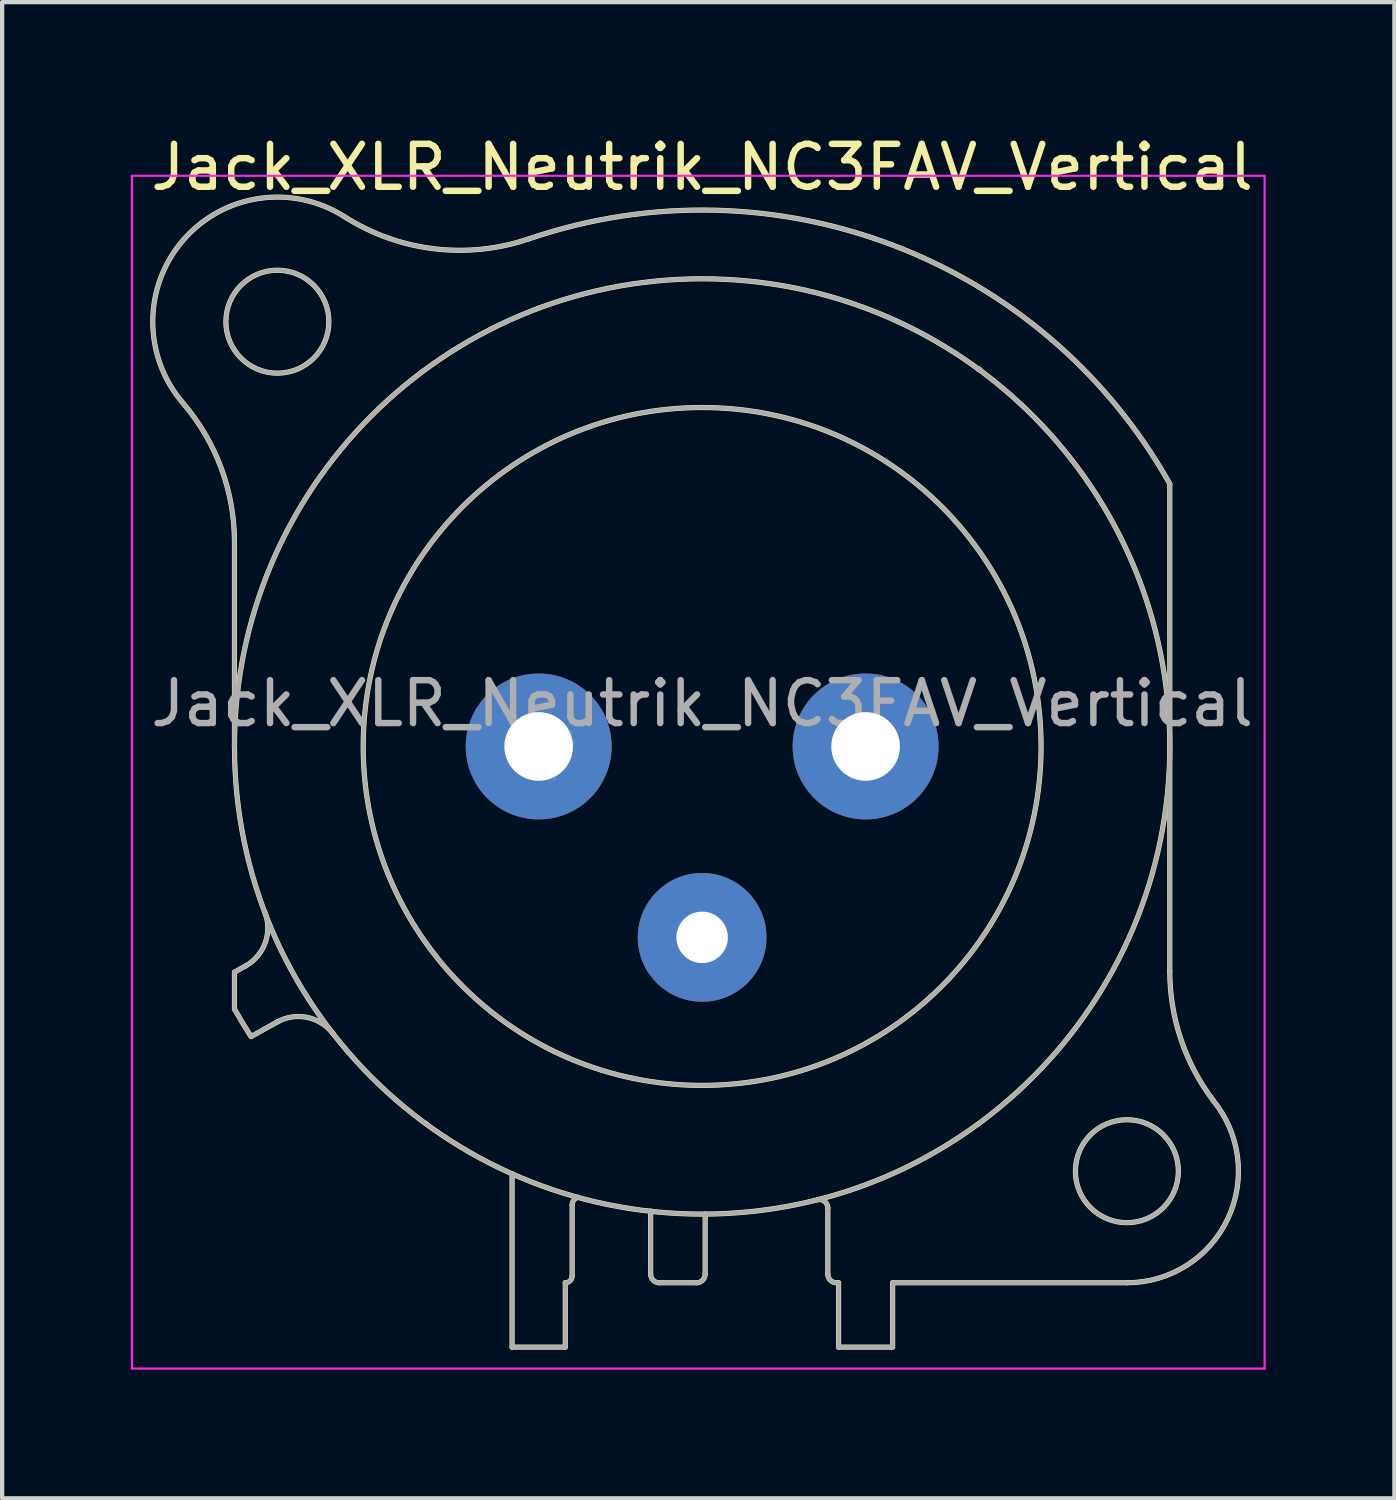
<source format=kicad_pcb>
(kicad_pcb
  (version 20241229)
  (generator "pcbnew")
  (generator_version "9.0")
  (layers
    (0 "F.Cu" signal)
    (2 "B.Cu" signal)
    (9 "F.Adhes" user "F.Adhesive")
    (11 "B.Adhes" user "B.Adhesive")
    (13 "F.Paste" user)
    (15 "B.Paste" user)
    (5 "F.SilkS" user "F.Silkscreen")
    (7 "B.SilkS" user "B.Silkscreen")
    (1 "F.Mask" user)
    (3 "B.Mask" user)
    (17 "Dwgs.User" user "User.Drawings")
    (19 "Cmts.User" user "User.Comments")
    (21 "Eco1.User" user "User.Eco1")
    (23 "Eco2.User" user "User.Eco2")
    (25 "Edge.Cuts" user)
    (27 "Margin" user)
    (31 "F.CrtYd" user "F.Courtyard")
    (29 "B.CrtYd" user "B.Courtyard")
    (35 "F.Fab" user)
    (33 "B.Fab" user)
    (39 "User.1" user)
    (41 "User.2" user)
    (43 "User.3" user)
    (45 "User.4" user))
  (footprint "Jack_XLR_Neutrik_NC3FAV_Vertical"
    (layer "F.Cu")
    (at 17.125 14.348)
    (property "Reference" "Jack_XLR_Neutrik_NC3FAV_Vertical" (at -3.81 -13.5 0) (layer "F.SilkS") (effects (font (size 1 1) (thickness 0.15))))
    (attr through_hole)
    (fp_line (start -14.71 0) (end -14.71 -4.76) (stroke (width 0.12) (type solid)) (layer "F.SilkS"))
    (fp_line (start -14.71 5.26) (end -14.71 6.12) (stroke (width 0.12) (type solid)) (layer "F.SilkS"))
    (fp_line (start -14.44 5.11) (end -14.71 5.26) (stroke (width 0.12) (type solid)) (layer "F.SilkS"))
    (fp_line (start -14.32 6.76) (end -13.71 6.42) (stroke (width 0.12) (type solid)) (layer "F.SilkS"))
    (fp_line (start -8.24 9.96) (end -8.24 14) (stroke (width 0.12) (type solid)) (layer "F.SilkS"))
    (fp_line (start -7 12.5) (end -7 14) (stroke (width 0.12) (type solid)) (layer "F.SilkS"))
    (fp_line (start -7 14) (end -8.24 14) (stroke (width 0.12) (type solid)) (layer "F.SilkS"))
    (fp_line (start -6.84 12.34) (end -6.84 10.69) (stroke (width 0.12) (type solid)) (layer "F.SilkS"))
    (fp_line (start -5.01 10.83) (end -5.01 12.3) (stroke (width 0.12) (type solid)) (layer "F.SilkS"))
    (fp_line (start -3.94 12.5) (end -4.81 12.5) (stroke (width 0.12) (type solid)) (layer "F.SilkS"))
    (fp_line (start -3.74 10.9) (end -3.74 12.3) (stroke (width 0.12) (type solid)) (layer "F.SilkS"))
    (fp_line (start -0.88 12.3) (end -0.88 10.76) (stroke (width 0.12) (type solid)) (layer "F.SilkS"))
    (fp_line (start -0.63 12.5) (end -0.68 12.5) (stroke (width 0.12) (type solid)) (layer "F.SilkS"))
    (fp_line (start -0.63 12.5) (end -0.63 14) (stroke (width 0.12) (type solid)) (layer "F.SilkS"))
    (fp_line (start 0.62 14) (end -0.63 14) (stroke (width 0.12) (type solid)) (layer "F.SilkS"))
    (fp_line (start 0.63 12.5) (end 6.09 12.5) (stroke (width 0.12) (type solid)) (layer "F.SilkS"))
    (fp_line (start 0.63 14) (end 0.63 12.5) (stroke (width 0.12) (type solid)) (layer "F.SilkS"))
    (fp_line (start 7.09 5.24) (end 7.09 -6.12) (stroke (width 0.12) (type solid)) (layer "F.SilkS"))
    (fp_arc (start -15.908829 -8.000856) (mid -15.019313 -6.48774) (end -14.71 -4.76) (stroke (width 0.12) (type solid)) (layer "F.SilkS"))
    (fp_arc (start -15.908236 -8.001617) (mid -15.907486 -11.799251) (end -12.15 -12.35) (stroke (width 0.12) (type solid)) (layer "F.SilkS"))
    (fp_arc (start -14.32314 6.763008) (mid -14.521396 6.444407) (end -14.71 6.12) (stroke (width 0.12) (type solid)) (layer "F.SilkS"))
    (fp_arc (start -14.004283 3.855674) (mid -13.989213 4.56375) (end -14.44 5.11) (stroke (width 0.12) (type solid)) (layer "F.SilkS"))
    (fp_arc (start -13.71 6.42) (mid -13.01025 6.315915) (end -12.412202 6.693832) (stroke (width 0.12) (type solid)) (layer "F.SilkS"))
    (fp_arc (start -7.848035 -11.831177) (mid -10.058192 -11.599923) (end -12.15 -12.35) (stroke (width 0.12) (type solid)) (layer "F.SilkS"))
    (fp_arc (start -7.841153 -11.83276) (mid 0.657009 -11.675197) (end 7.09 -6.12) (stroke (width 0.12) (type solid)) (layer "F.SilkS"))
    (fp_arc (start -6.84 10.69) (mid -6.803713 10.578321) (end -6.708713 10.509299) (stroke (width 0.12) (type solid)) (layer "F.SilkS"))
    (fp_arc (start -6.84 12.34) (mid -6.886863 12.453137) (end -7 12.5) (stroke (width 0.12) (type solid)) (layer "F.SilkS"))
    (fp_arc (start -4.81 12.5) (mid -4.951421 12.441421) (end -5.01 12.3) (stroke (width 0.12) (type solid)) (layer "F.SilkS"))
    (fp_arc (start -3.74 12.3) (mid -3.798579 12.441421) (end -3.94 12.5) (stroke (width 0.12) (type solid)) (layer "F.SilkS"))
    (fp_arc (start -1.1294 10.566197) (mid -0.957281 10.602076) (end -0.88 10.76) (stroke (width 0.12) (type solid)) (layer "F.SilkS"))
    (fp_arc (start -0.68 12.5) (mid -0.821421 12.441421) (end -0.88 12.3) (stroke (width 0.12) (type solid)) (layer "F.SilkS"))
    (fp_arc (start 2.636924 -8.782671) (mid 2.628394 -8.791269) (end 2.62 -8.8) (stroke (width 0.12) (type solid)) (layer "F.SilkS"))
    (fp_arc (start 2.680052 -8.767734) (mid 2.65973 -8.7835) (end 2.64 -8.8) (stroke (width 0.12) (type solid)) (layer "F.SilkS"))
    (fp_arc (start 8.095865 8.245761) (mid 8.441704 11.008824) (end 6.09 12.5) (stroke (width 0.12) (type solid)) (layer "F.SilkS"))
    (fp_arc (start 8.098032 8.243976) (mid 7.348729 6.824298) (end 7.09 5.24) (stroke (width 0.12) (type solid)) (layer "F.SilkS"))
    (fp_circle (center -13.71 -9.9) (end -12.51 -9.9) (stroke (width 0.12) (type solid)) (fill no) (layer "F.SilkS"))
    (fp_circle (center -3.81 0) (end 4.09 0) (stroke (width 0.12) (type solid)) (fill no) (layer "F.SilkS"))
    (fp_circle (center -3.81 0) (end 7.09 0) (stroke (width 0.12) (type solid)) (fill no) (layer "F.SilkS"))
    (fp_circle (center 6.09 9.9) (end 7.29 9.9) (stroke (width 0.12) (type solid)) (fill no) (layer "F.SilkS"))
    (fp_line (start -17.1 -13.3) (end 9.3 -13.3) (stroke (width 0.05) (type solid)) (layer "F.CrtYd"))
    (fp_line (start -17.1 14.5) (end -17.1 -13.3) (stroke (width 0.05) (type solid)) (layer "F.CrtYd"))
    (fp_line (start 9.3 -13.3) (end 9.3 14.5) (stroke (width 0.05) (type solid)) (layer "F.CrtYd"))
    (fp_line (start 9.3 14.5) (end -17.1 14.5) (stroke (width 0.05) (type solid)) (layer "F.CrtYd"))
    (fp_line (start -14.71 0) (end -14.71 -4.76) (stroke (width 0.1) (type solid)) (layer "F.Fab"))
    (fp_line (start -14.71 5.26) (end -14.71 6.12) (stroke (width 0.1) (type solid)) (layer "F.Fab"))
    (fp_line (start -14.44 5.11) (end -14.71 5.26) (stroke (width 0.1) (type solid)) (layer "F.Fab"))
    (fp_line (start -14.32 6.76) (end -13.71 6.42) (stroke (width 0.1) (type solid)) (layer "F.Fab"))
    (fp_line (start -8.24 9.96) (end -8.24 14) (stroke (width 0.1) (type solid)) (layer "F.Fab"))
    (fp_line (start -7 12.5) (end -7 14) (stroke (width 0.1) (type solid)) (layer "F.Fab"))
    (fp_line (start -7 14) (end -8.24 14) (stroke (width 0.1) (type solid)) (layer "F.Fab"))
    (fp_line (start -6.84 12.34) (end -6.84 10.69) (stroke (width 0.1) (type solid)) (layer "F.Fab"))
    (fp_line (start -5.01 10.83) (end -5.01 12.3) (stroke (width 0.1) (type solid)) (layer "F.Fab"))
    (fp_line (start -3.94 12.5) (end -4.81 12.5) (stroke (width 0.1) (type solid)) (layer "F.Fab"))
    (fp_line (start -3.74 10.9) (end -3.74 12.3) (stroke (width 0.1) (type solid)) (layer "F.Fab"))
    (fp_line (start -0.88 12.3) (end -0.88 10.76) (stroke (width 0.1) (type solid)) (layer "F.Fab"))
    (fp_line (start -0.63 12.5) (end -0.68 12.5) (stroke (width 0.1) (type solid)) (layer "F.Fab"))
    (fp_line (start -0.63 12.5) (end -0.63 14) (stroke (width 0.1) (type solid)) (layer "F.Fab"))
    (fp_line (start 0.62 14) (end -0.63 14) (stroke (width 0.1) (type solid)) (layer "F.Fab"))
    (fp_line (start 0.63 12.5) (end 6.09 12.5) (stroke (width 0.1) (type solid)) (layer "F.Fab"))
    (fp_line (start 0.63 14) (end 0.63 12.5) (stroke (width 0.1) (type solid)) (layer "F.Fab"))
    (fp_line (start 7.09 5.24) (end 7.09 -6.12) (stroke (width 0.1) (type solid)) (layer "F.Fab"))
    (fp_arc (start -15.908829 -8.000856) (mid -15.019313 -6.48774) (end -14.71 -4.76) (stroke (width 0.1) (type solid)) (layer "F.Fab"))
    (fp_arc (start -15.908236 -8.001617) (mid -15.907486 -11.799251) (end -12.15 -12.35) (stroke (width 0.1) (type solid)) (layer "F.Fab"))
    (fp_arc (start -14.32314 6.763008) (mid -14.521396 6.444407) (end -14.71 6.12) (stroke (width 0.1) (type solid)) (layer "F.Fab"))
    (fp_arc (start -14.004283 3.855674) (mid -13.989213 4.56375) (end -14.44 5.11) (stroke (width 0.1) (type solid)) (layer "F.Fab"))
    (fp_arc (start -13.71 6.42) (mid -13.01025 6.315915) (end -12.412202 6.693832) (stroke (width 0.1) (type solid)) (layer "F.Fab"))
    (fp_arc (start -7.848035 -11.831177) (mid -10.058192 -11.599923) (end -12.15 -12.35) (stroke (width 0.1) (type solid)) (layer "F.Fab"))
    (fp_arc (start -7.841153 -11.83276) (mid 0.657009 -11.675197) (end 7.09 -6.12) (stroke (width 0.1) (type solid)) (layer "F.Fab"))
    (fp_arc (start -6.84 10.69) (mid -6.803713 10.578321) (end -6.708713 10.509299) (stroke (width 0.1) (type solid)) (layer "F.Fab"))
    (fp_arc (start -6.84 12.34) (mid -6.886863 12.453137) (end -7 12.5) (stroke (width 0.1) (type solid)) (layer "F.Fab"))
    (fp_arc (start -4.81 12.5) (mid -4.951421 12.441421) (end -5.01 12.3) (stroke (width 0.1) (type solid)) (layer "F.Fab"))
    (fp_arc (start -3.74 12.3) (mid -3.798579 12.441421) (end -3.94 12.5) (stroke (width 0.1) (type solid)) (layer "F.Fab"))
    (fp_arc (start -1.1294 10.566197) (mid -0.957281 10.602076) (end -0.88 10.76) (stroke (width 0.1) (type solid)) (layer "F.Fab"))
    (fp_arc (start -0.68 12.5) (mid -0.821421 12.441421) (end -0.88 12.3) (stroke (width 0.1) (type solid)) (layer "F.Fab"))
    (fp_arc (start 2.636924 -8.782671) (mid 2.628394 -8.791269) (end 2.62 -8.8) (stroke (width 0.1) (type solid)) (layer "F.Fab"))
    (fp_arc (start 2.680052 -8.767734) (mid 2.65973 -8.7835) (end 2.64 -8.8) (stroke (width 0.1) (type solid)) (layer "F.Fab"))
    (fp_arc (start 8.095865 8.245761) (mid 8.441704 11.008824) (end 6.09 12.5) (stroke (width 0.1) (type solid)) (layer "F.Fab"))
    (fp_arc (start 8.098032 8.243976) (mid 7.348729 6.824298) (end 7.09 5.24) (stroke (width 0.1) (type solid)) (layer "F.Fab"))
    (fp_circle (center -13.71 -9.9) (end -12.51 -9.9) (stroke (width 0.1) (type solid)) (fill no) (layer "F.Fab"))
    (fp_circle (center -3.81 0) (end 4.09 0) (stroke (width 0.1) (type solid)) (fill no) (layer "F.Fab"))
    (fp_circle (center -3.81 0) (end 7.09 0) (stroke (width 0.1) (type solid)) (fill no) (layer "F.Fab"))
    (fp_circle (center 6.09 9.9) (end 7.29 9.9) (stroke (width 0.1) (type solid)) (fill no) (layer "F.Fab"))
    (fp_text user "${REFERENCE}" (at -3.81 -1 0) (layer "F.Fab") (effects (font (size 1 1) (thickness 0.15))))
    (pad "1" thru_hole circle (at 0 0) (size 3.4 3.4) (drill 1.6) (layers "*.Cu" "*.Mask"))
    (pad "2" thru_hole circle (at -7.62 0) (size 3.4 3.4) (drill 1.6) (layers "*.Cu" "*.Mask"))
    (pad "3" thru_hole circle (at -3.81 4.45) (size 3 3) (drill 1.2) (layers "*.Cu" "*.Mask")))
  (gr_rect
    (start -3 -3)
    (end 29.45 31.873)
    (stroke (width 0.1) (type default))
    (fill no)
    (layer "Edge.Cuts")))
</source>
